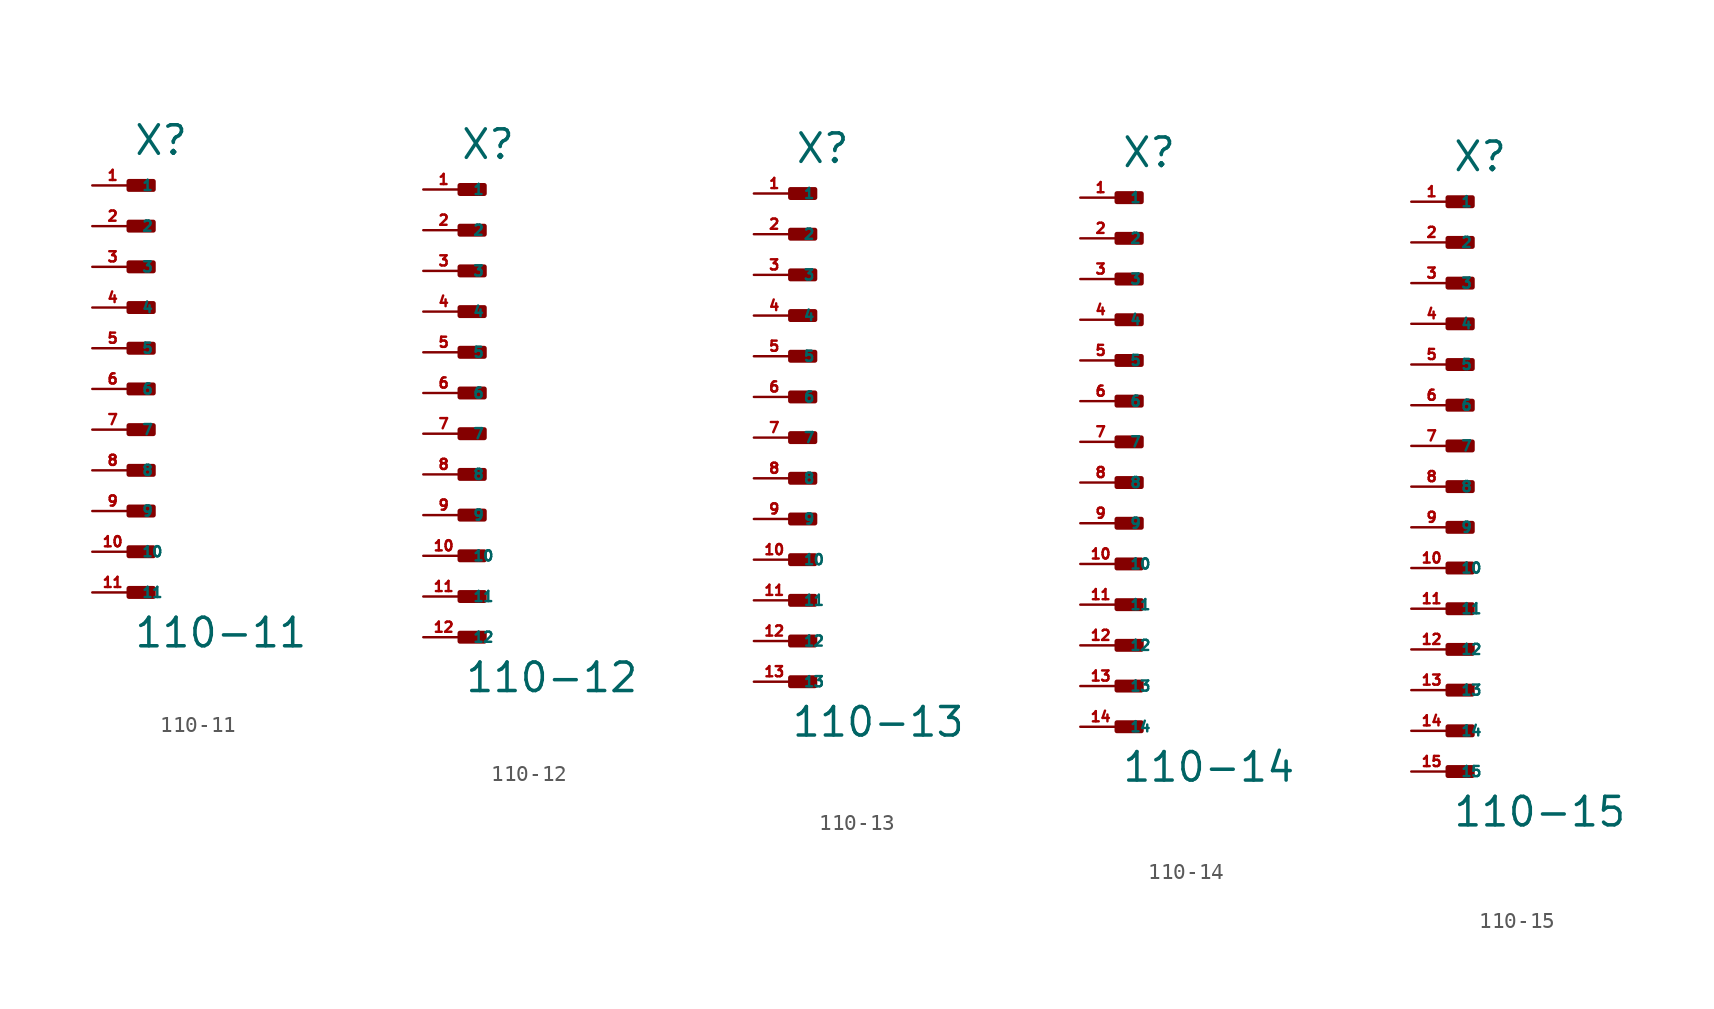
<source format=kicad_sym>
(kicad_symbol_lib
  (version 20220914)
  (generator Eagle2Kicad)
  (symbol "110-11"
    (property "Reference" "X"
      (at 0 14.478 0)
      (effects (font (size 1.778 1.778) (thickness 0.22)) (justify left bottom)))
    (property "Value" "110-11"
      (at 0 -16.256 0)
      (effects (font (size 1.778 1.778) (thickness 0.22)) (justify left bottom)))
    (rectangle
      (start -0.254 12.446)
      (end 1.27 12.954)
      (stroke (width 0.3) (type default))
      (fill (type outline)))
    (rectangle
      (start -0.254 9.906)
      (end 1.27 10.414)
      (stroke (width 0.3) (type default))
      (fill (type outline)))
    (rectangle
      (start -0.254 7.366)
      (end 1.27 7.874)
      (stroke (width 0.3) (type default))
      (fill (type outline)))
    (rectangle
      (start -0.254 4.826)
      (end 1.27 5.334)
      (stroke (width 0.3) (type default))
      (fill (type outline)))
    (rectangle
      (start -0.254 2.286)
      (end 1.27 2.794)
      (stroke (width 0.3) (type default))
      (fill (type outline)))
    (rectangle
      (start -0.254 -0.254)
      (end 1.27 0.254)
      (stroke (width 0.3) (type default))
      (fill (type outline)))
    (rectangle
      (start -0.254 -2.794)
      (end 1.27 -2.286)
      (stroke (width 0.3) (type default))
      (fill (type outline)))
    (rectangle
      (start -0.254 -5.334)
      (end 1.27 -4.826)
      (stroke (width 0.3) (type default))
      (fill (type outline)))
    (rectangle
      (start -0.254 -7.874)
      (end 1.27 -7.366)
      (stroke (width 0.3) (type default))
      (fill (type outline)))
    (rectangle
      (start -0.254 -10.414)
      (end 1.27 -9.906)
      (stroke (width 0.3) (type default))
      (fill (type outline)))
    (rectangle
      (start -0.254 -12.954)
      (end 1.27 -12.446)
      (stroke (width 0.3) (type default))
      (fill (type outline)))
    (pin passive line
      (at -2.54 12.7 0)
      (length 2.54)
      (name "1" (effects (font (size 0.635 0.635) (thickness 0.08)) (justify left bottom)))
      (number "1" (effects (font (size 0.635 0.635) (thickness 0.08)) (justify left bottom))))
    (pin passive line
      (at -2.54 10.16 0)
      (length 2.54)
      (name "2" (effects (font (size 0.635 0.635) (thickness 0.08)) (justify left bottom)))
      (number "2" (effects (font (size 0.635 0.635) (thickness 0.08)) (justify left bottom))))
    (pin passive line
      (at -2.54 7.62 0)
      (length 2.54)
      (name "3" (effects (font (size 0.635 0.635) (thickness 0.08)) (justify left bottom)))
      (number "3" (effects (font (size 0.635 0.635) (thickness 0.08)) (justify left bottom))))
    (pin passive line
      (at -2.54 5.08 0)
      (length 2.54)
      (name "4" (effects (font (size 0.635 0.635) (thickness 0.08)) (justify left bottom)))
      (number "4" (effects (font (size 0.635 0.635) (thickness 0.08)) (justify left bottom))))
    (pin passive line
      (at -2.54 2.54 0)
      (length 2.54)
      (name "5" (effects (font (size 0.635 0.635) (thickness 0.08)) (justify left bottom)))
      (number "5" (effects (font (size 0.635 0.635) (thickness 0.08)) (justify left bottom))))
    (pin passive line
      (at -2.54 0 0)
      (length 2.54)
      (name "6" (effects (font (size 0.635 0.635) (thickness 0.08)) (justify left bottom)))
      (number "6" (effects (font (size 0.635 0.635) (thickness 0.08)) (justify left bottom))))
    (pin passive line
      (at -2.54 -2.54 0)
      (length 2.54)
      (name "7" (effects (font (size 0.635 0.635) (thickness 0.08)) (justify left bottom)))
      (number "7" (effects (font (size 0.635 0.635) (thickness 0.08)) (justify left bottom))))
    (pin passive line
      (at -2.54 -5.08 0)
      (length 2.54)
      (name "8" (effects (font (size 0.635 0.635) (thickness 0.08)) (justify left bottom)))
      (number "8" (effects (font (size 0.635 0.635) (thickness 0.08)) (justify left bottom))))
    (pin passive line
      (at -2.54 -7.62 0)
      (length 2.54)
      (name "9" (effects (font (size 0.635 0.635) (thickness 0.08)) (justify left bottom)))
      (number "9" (effects (font (size 0.635 0.635) (thickness 0.08)) (justify left bottom))))
    (pin passive line
      (at -2.54 -10.16 0)
      (length 2.54)
      (name "10" (effects (font (size 0.635 0.635) (thickness 0.08)) (justify left bottom)))
      (number "10" (effects (font (size 0.635 0.635) (thickness 0.08)) (justify left bottom))))
    (pin passive line
      (at -2.54 -12.7 0)
      (length 2.54)
      (name "11" (effects (font (size 0.635 0.635) (thickness 0.08)) (justify left bottom)))
      (number "11" (effects (font (size 0.635 0.635) (thickness 0.08)) (justify left bottom)))))
  (symbol "110-12"
    (property "Reference" "X"
      (at -0.254 14.478 0)
      (effects (font (size 1.778 1.778) (thickness 0.22)) (justify left bottom)))
    (property "Value" "110-12"
      (at 0 -18.796 0)
      (effects (font (size 1.778 1.778) (thickness 0.22)) (justify left bottom)))
    (rectangle
      (start -0.254 12.446)
      (end 1.27 12.954)
      (stroke (width 0.3) (type default))
      (fill (type outline)))
    (rectangle
      (start -0.254 9.906)
      (end 1.27 10.414)
      (stroke (width 0.3) (type default))
      (fill (type outline)))
    (rectangle
      (start -0.254 7.366)
      (end 1.27 7.874)
      (stroke (width 0.3) (type default))
      (fill (type outline)))
    (rectangle
      (start -0.254 4.826)
      (end 1.27 5.334)
      (stroke (width 0.3) (type default))
      (fill (type outline)))
    (rectangle
      (start -0.254 2.286)
      (end 1.27 2.794)
      (stroke (width 0.3) (type default))
      (fill (type outline)))
    (rectangle
      (start -0.254 -0.254)
      (end 1.27 0.254)
      (stroke (width 0.3) (type default))
      (fill (type outline)))
    (rectangle
      (start -0.254 -2.794)
      (end 1.27 -2.286)
      (stroke (width 0.3) (type default))
      (fill (type outline)))
    (rectangle
      (start -0.254 -5.334)
      (end 1.27 -4.826)
      (stroke (width 0.3) (type default))
      (fill (type outline)))
    (rectangle
      (start -0.254 -7.874)
      (end 1.27 -7.366)
      (stroke (width 0.3) (type default))
      (fill (type outline)))
    (rectangle
      (start -0.254 -10.414)
      (end 1.27 -9.906)
      (stroke (width 0.3) (type default))
      (fill (type outline)))
    (rectangle
      (start -0.254 -12.954)
      (end 1.27 -12.446)
      (stroke (width 0.3) (type default))
      (fill (type outline)))
    (rectangle
      (start -0.254 -15.494)
      (end 1.27 -14.986)
      (stroke (width 0.3) (type default))
      (fill (type outline)))
    (pin passive line
      (at -2.54 12.7 0)
      (length 2.54)
      (name "1" (effects (font (size 0.635 0.635) (thickness 0.08)) (justify left bottom)))
      (number "1" (effects (font (size 0.635 0.635) (thickness 0.08)) (justify left bottom))))
    (pin passive line
      (at -2.54 10.16 0)
      (length 2.54)
      (name "2" (effects (font (size 0.635 0.635) (thickness 0.08)) (justify left bottom)))
      (number "2" (effects (font (size 0.635 0.635) (thickness 0.08)) (justify left bottom))))
    (pin passive line
      (at -2.54 7.62 0)
      (length 2.54)
      (name "3" (effects (font (size 0.635 0.635) (thickness 0.08)) (justify left bottom)))
      (number "3" (effects (font (size 0.635 0.635) (thickness 0.08)) (justify left bottom))))
    (pin passive line
      (at -2.54 5.08 0)
      (length 2.54)
      (name "4" (effects (font (size 0.635 0.635) (thickness 0.08)) (justify left bottom)))
      (number "4" (effects (font (size 0.635 0.635) (thickness 0.08)) (justify left bottom))))
    (pin passive line
      (at -2.54 2.54 0)
      (length 2.54)
      (name "5" (effects (font (size 0.635 0.635) (thickness 0.08)) (justify left bottom)))
      (number "5" (effects (font (size 0.635 0.635) (thickness 0.08)) (justify left bottom))))
    (pin passive line
      (at -2.54 0 0)
      (length 2.54)
      (name "6" (effects (font (size 0.635 0.635) (thickness 0.08)) (justify left bottom)))
      (number "6" (effects (font (size 0.635 0.635) (thickness 0.08)) (justify left bottom))))
    (pin passive line
      (at -2.54 -2.54 0)
      (length 2.54)
      (name "7" (effects (font (size 0.635 0.635) (thickness 0.08)) (justify left bottom)))
      (number "7" (effects (font (size 0.635 0.635) (thickness 0.08)) (justify left bottom))))
    (pin passive line
      (at -2.54 -5.08 0)
      (length 2.54)
      (name "8" (effects (font (size 0.635 0.635) (thickness 0.08)) (justify left bottom)))
      (number "8" (effects (font (size 0.635 0.635) (thickness 0.08)) (justify left bottom))))
    (pin passive line
      (at -2.54 -7.62 0)
      (length 2.54)
      (name "9" (effects (font (size 0.635 0.635) (thickness 0.08)) (justify left bottom)))
      (number "9" (effects (font (size 0.635 0.635) (thickness 0.08)) (justify left bottom))))
    (pin passive line
      (at -2.54 -10.16 0)
      (length 2.54)
      (name "10" (effects (font (size 0.635 0.635) (thickness 0.08)) (justify left bottom)))
      (number "10" (effects (font (size 0.635 0.635) (thickness 0.08)) (justify left bottom))))
    (pin passive line
      (at -2.54 -12.7 0)
      (length 2.54)
      (name "11" (effects (font (size 0.635 0.635) (thickness 0.08)) (justify left bottom)))
      (number "11" (effects (font (size 0.635 0.635) (thickness 0.08)) (justify left bottom))))
    (pin passive line
      (at -2.54 -15.24 0)
      (length 2.54)
      (name "12" (effects (font (size 0.635 0.635) (thickness 0.08)) (justify left bottom)))
      (number "12" (effects (font (size 0.635 0.635) (thickness 0.08)) (justify left bottom)))))
  (symbol "110-13"
    (property "Reference" "X"
      (at 0 17.018 0)
      (effects (font (size 1.778 1.778) (thickness 0.22)) (justify left bottom)))
    (property "Value" "110-13"
      (at -0.254 -18.796 0)
      (effects (font (size 1.778 1.778) (thickness 0.22)) (justify left bottom)))
    (rectangle
      (start -0.254 14.986)
      (end 1.27 15.494)
      (stroke (width 0.3) (type default))
      (fill (type outline)))
    (rectangle
      (start -0.254 12.446)
      (end 1.27 12.954)
      (stroke (width 0.3) (type default))
      (fill (type outline)))
    (rectangle
      (start -0.254 9.906)
      (end 1.27 10.414)
      (stroke (width 0.3) (type default))
      (fill (type outline)))
    (rectangle
      (start -0.254 7.366)
      (end 1.27 7.874)
      (stroke (width 0.3) (type default))
      (fill (type outline)))
    (rectangle
      (start -0.254 4.826)
      (end 1.27 5.334)
      (stroke (width 0.3) (type default))
      (fill (type outline)))
    (rectangle
      (start -0.254 2.286)
      (end 1.27 2.794)
      (stroke (width 0.3) (type default))
      (fill (type outline)))
    (rectangle
      (start -0.254 -0.254)
      (end 1.27 0.254)
      (stroke (width 0.3) (type default))
      (fill (type outline)))
    (rectangle
      (start -0.254 -2.794)
      (end 1.27 -2.286)
      (stroke (width 0.3) (type default))
      (fill (type outline)))
    (rectangle
      (start -0.254 -5.334)
      (end 1.27 -4.826)
      (stroke (width 0.3) (type default))
      (fill (type outline)))
    (rectangle
      (start -0.254 -7.874)
      (end 1.27 -7.366)
      (stroke (width 0.3) (type default))
      (fill (type outline)))
    (rectangle
      (start -0.254 -10.414)
      (end 1.27 -9.906)
      (stroke (width 0.3) (type default))
      (fill (type outline)))
    (rectangle
      (start -0.254 -12.954)
      (end 1.27 -12.446)
      (stroke (width 0.3) (type default))
      (fill (type outline)))
    (rectangle
      (start -0.254 -15.494)
      (end 1.27 -14.986)
      (stroke (width 0.3) (type default))
      (fill (type outline)))
    (pin passive line
      (at -2.54 15.24 0)
      (length 2.54)
      (name "1" (effects (font (size 0.635 0.635) (thickness 0.08)) (justify left bottom)))
      (number "1" (effects (font (size 0.635 0.635) (thickness 0.08)) (justify left bottom))))
    (pin passive line
      (at -2.54 12.7 0)
      (length 2.54)
      (name "2" (effects (font (size 0.635 0.635) (thickness 0.08)) (justify left bottom)))
      (number "2" (effects (font (size 0.635 0.635) (thickness 0.08)) (justify left bottom))))
    (pin passive line
      (at -2.54 10.16 0)
      (length 2.54)
      (name "3" (effects (font (size 0.635 0.635) (thickness 0.08)) (justify left bottom)))
      (number "3" (effects (font (size 0.635 0.635) (thickness 0.08)) (justify left bottom))))
    (pin passive line
      (at -2.54 7.62 0)
      (length 2.54)
      (name "4" (effects (font (size 0.635 0.635) (thickness 0.08)) (justify left bottom)))
      (number "4" (effects (font (size 0.635 0.635) (thickness 0.08)) (justify left bottom))))
    (pin passive line
      (at -2.54 5.08 0)
      (length 2.54)
      (name "5" (effects (font (size 0.635 0.635) (thickness 0.08)) (justify left bottom)))
      (number "5" (effects (font (size 0.635 0.635) (thickness 0.08)) (justify left bottom))))
    (pin passive line
      (at -2.54 2.54 0)
      (length 2.54)
      (name "6" (effects (font (size 0.635 0.635) (thickness 0.08)) (justify left bottom)))
      (number "6" (effects (font (size 0.635 0.635) (thickness 0.08)) (justify left bottom))))
    (pin passive line
      (at -2.54 0 0)
      (length 2.54)
      (name "7" (effects (font (size 0.635 0.635) (thickness 0.08)) (justify left bottom)))
      (number "7" (effects (font (size 0.635 0.635) (thickness 0.08)) (justify left bottom))))
    (pin passive line
      (at -2.54 -2.54 0)
      (length 2.54)
      (name "8" (effects (font (size 0.635 0.635) (thickness 0.08)) (justify left bottom)))
      (number "8" (effects (font (size 0.635 0.635) (thickness 0.08)) (justify left bottom))))
    (pin passive line
      (at -2.54 -5.08 0)
      (length 2.54)
      (name "9" (effects (font (size 0.635 0.635) (thickness 0.08)) (justify left bottom)))
      (number "9" (effects (font (size 0.635 0.635) (thickness 0.08)) (justify left bottom))))
    (pin passive line
      (at -2.54 -7.62 0)
      (length 2.54)
      (name "10" (effects (font (size 0.635 0.635) (thickness 0.08)) (justify left bottom)))
      (number "10" (effects (font (size 0.635 0.635) (thickness 0.08)) (justify left bottom))))
    (pin passive line
      (at -2.54 -10.16 0)
      (length 2.54)
      (name "11" (effects (font (size 0.635 0.635) (thickness 0.08)) (justify left bottom)))
      (number "11" (effects (font (size 0.635 0.635) (thickness 0.08)) (justify left bottom))))
    (pin passive line
      (at -2.54 -12.7 0)
      (length 2.54)
      (name "12" (effects (font (size 0.635 0.635) (thickness 0.08)) (justify left bottom)))
      (number "12" (effects (font (size 0.635 0.635) (thickness 0.08)) (justify left bottom))))
    (pin passive line
      (at -2.54 -15.24 0)
      (length 2.54)
      (name "13" (effects (font (size 0.635 0.635) (thickness 0.08)) (justify left bottom)))
      (number "13" (effects (font (size 0.635 0.635) (thickness 0.08)) (justify left bottom)))))
  (symbol "110-14"
    (property "Reference" "X"
      (at 0 17.018 0)
      (effects (font (size 1.778 1.778) (thickness 0.22)) (justify left bottom)))
    (property "Value" "110-14"
      (at 0 -21.336 0)
      (effects (font (size 1.778 1.778) (thickness 0.22)) (justify left bottom)))
    (rectangle
      (start -0.254 14.986)
      (end 1.27 15.494)
      (stroke (width 0.3) (type default))
      (fill (type outline)))
    (rectangle
      (start -0.254 12.446)
      (end 1.27 12.954)
      (stroke (width 0.3) (type default))
      (fill (type outline)))
    (rectangle
      (start -0.254 9.906)
      (end 1.27 10.414)
      (stroke (width 0.3) (type default))
      (fill (type outline)))
    (rectangle
      (start -0.254 7.366)
      (end 1.27 7.874)
      (stroke (width 0.3) (type default))
      (fill (type outline)))
    (rectangle
      (start -0.254 4.826)
      (end 1.27 5.334)
      (stroke (width 0.3) (type default))
      (fill (type outline)))
    (rectangle
      (start -0.254 2.286)
      (end 1.27 2.794)
      (stroke (width 0.3) (type default))
      (fill (type outline)))
    (rectangle
      (start -0.254 -0.254)
      (end 1.27 0.254)
      (stroke (width 0.3) (type default))
      (fill (type outline)))
    (rectangle
      (start -0.254 -2.794)
      (end 1.27 -2.286)
      (stroke (width 0.3) (type default))
      (fill (type outline)))
    (rectangle
      (start -0.254 -5.334)
      (end 1.27 -4.826)
      (stroke (width 0.3) (type default))
      (fill (type outline)))
    (rectangle
      (start -0.254 -7.874)
      (end 1.27 -7.366)
      (stroke (width 0.3) (type default))
      (fill (type outline)))
    (rectangle
      (start -0.254 -10.414)
      (end 1.27 -9.906)
      (stroke (width 0.3) (type default))
      (fill (type outline)))
    (rectangle
      (start -0.254 -12.954)
      (end 1.27 -12.446)
      (stroke (width 0.3) (type default))
      (fill (type outline)))
    (rectangle
      (start -0.254 -15.494)
      (end 1.27 -14.986)
      (stroke (width 0.3) (type default))
      (fill (type outline)))
    (rectangle
      (start -0.254 -18.034)
      (end 1.27 -17.526)
      (stroke (width 0.3) (type default))
      (fill (type outline)))
    (pin passive line
      (at -2.54 15.24 0)
      (length 2.54)
      (name "1" (effects (font (size 0.635 0.635) (thickness 0.08)) (justify left bottom)))
      (number "1" (effects (font (size 0.635 0.635) (thickness 0.08)) (justify left bottom))))
    (pin passive line
      (at -2.54 12.7 0)
      (length 2.54)
      (name "2" (effects (font (size 0.635 0.635) (thickness 0.08)) (justify left bottom)))
      (number "2" (effects (font (size 0.635 0.635) (thickness 0.08)) (justify left bottom))))
    (pin passive line
      (at -2.54 10.16 0)
      (length 2.54)
      (name "3" (effects (font (size 0.635 0.635) (thickness 0.08)) (justify left bottom)))
      (number "3" (effects (font (size 0.635 0.635) (thickness 0.08)) (justify left bottom))))
    (pin passive line
      (at -2.54 7.62 0)
      (length 2.54)
      (name "4" (effects (font (size 0.635 0.635) (thickness 0.08)) (justify left bottom)))
      (number "4" (effects (font (size 0.635 0.635) (thickness 0.08)) (justify left bottom))))
    (pin passive line
      (at -2.54 5.08 0)
      (length 2.54)
      (name "5" (effects (font (size 0.635 0.635) (thickness 0.08)) (justify left bottom)))
      (number "5" (effects (font (size 0.635 0.635) (thickness 0.08)) (justify left bottom))))
    (pin passive line
      (at -2.54 2.54 0)
      (length 2.54)
      (name "6" (effects (font (size 0.635 0.635) (thickness 0.08)) (justify left bottom)))
      (number "6" (effects (font (size 0.635 0.635) (thickness 0.08)) (justify left bottom))))
    (pin passive line
      (at -2.54 0 0)
      (length 2.54)
      (name "7" (effects (font (size 0.635 0.635) (thickness 0.08)) (justify left bottom)))
      (number "7" (effects (font (size 0.635 0.635) (thickness 0.08)) (justify left bottom))))
    (pin passive line
      (at -2.54 -2.54 0)
      (length 2.54)
      (name "8" (effects (font (size 0.635 0.635) (thickness 0.08)) (justify left bottom)))
      (number "8" (effects (font (size 0.635 0.635) (thickness 0.08)) (justify left bottom))))
    (pin passive line
      (at -2.54 -5.08 0)
      (length 2.54)
      (name "9" (effects (font (size 0.635 0.635) (thickness 0.08)) (justify left bottom)))
      (number "9" (effects (font (size 0.635 0.635) (thickness 0.08)) (justify left bottom))))
    (pin passive line
      (at -2.54 -7.62 0)
      (length 2.54)
      (name "10" (effects (font (size 0.635 0.635) (thickness 0.08)) (justify left bottom)))
      (number "10" (effects (font (size 0.635 0.635) (thickness 0.08)) (justify left bottom))))
    (pin passive line
      (at -2.54 -10.16 0)
      (length 2.54)
      (name "11" (effects (font (size 0.635 0.635) (thickness 0.08)) (justify left bottom)))
      (number "11" (effects (font (size 0.635 0.635) (thickness 0.08)) (justify left bottom))))
    (pin passive line
      (at -2.54 -12.7 0)
      (length 2.54)
      (name "12" (effects (font (size 0.635 0.635) (thickness 0.08)) (justify left bottom)))
      (number "12" (effects (font (size 0.635 0.635) (thickness 0.08)) (justify left bottom))))
    (pin passive line
      (at -2.54 -15.24 0)
      (length 2.54)
      (name "13" (effects (font (size 0.635 0.635) (thickness 0.08)) (justify left bottom)))
      (number "13" (effects (font (size 0.635 0.635) (thickness 0.08)) (justify left bottom))))
    (pin passive line
      (at -2.54 -17.78 0)
      (length 2.54)
      (name "14" (effects (font (size 0.635 0.635) (thickness 0.08)) (justify left bottom)))
      (number "14" (effects (font (size 0.635 0.635) (thickness 0.08)) (justify left bottom)))))
  (symbol "110-15"
    (property "Reference" "X"
      (at 0 19.558 0)
      (effects (font (size 1.778 1.778) (thickness 0.22)) (justify left bottom)))
    (property "Value" "110-15"
      (at 0 -21.336 0)
      (effects (font (size 1.778 1.778) (thickness 0.22)) (justify left bottom)))
    (rectangle
      (start -0.254 17.526)
      (end 1.27 18.034)
      (stroke (width 0.3) (type default))
      (fill (type outline)))
    (rectangle
      (start -0.254 14.986)
      (end 1.27 15.494)
      (stroke (width 0.3) (type default))
      (fill (type outline)))
    (rectangle
      (start -0.254 12.446)
      (end 1.27 12.954)
      (stroke (width 0.3) (type default))
      (fill (type outline)))
    (rectangle
      (start -0.254 9.906)
      (end 1.27 10.414)
      (stroke (width 0.3) (type default))
      (fill (type outline)))
    (rectangle
      (start -0.254 7.366)
      (end 1.27 7.874)
      (stroke (width 0.3) (type default))
      (fill (type outline)))
    (rectangle
      (start -0.254 4.826)
      (end 1.27 5.334)
      (stroke (width 0.3) (type default))
      (fill (type outline)))
    (rectangle
      (start -0.254 2.286)
      (end 1.27 2.794)
      (stroke (width 0.3) (type default))
      (fill (type outline)))
    (rectangle
      (start -0.254 -0.254)
      (end 1.27 0.254)
      (stroke (width 0.3) (type default))
      (fill (type outline)))
    (rectangle
      (start -0.254 -2.794)
      (end 1.27 -2.286)
      (stroke (width 0.3) (type default))
      (fill (type outline)))
    (rectangle
      (start -0.254 -5.334)
      (end 1.27 -4.826)
      (stroke (width 0.3) (type default))
      (fill (type outline)))
    (rectangle
      (start -0.254 -7.874)
      (end 1.27 -7.366)
      (stroke (width 0.3) (type default))
      (fill (type outline)))
    (rectangle
      (start -0.254 -10.414)
      (end 1.27 -9.906)
      (stroke (width 0.3) (type default))
      (fill (type outline)))
    (rectangle
      (start -0.254 -12.954)
      (end 1.27 -12.446)
      (stroke (width 0.3) (type default))
      (fill (type outline)))
    (rectangle
      (start -0.254 -15.494)
      (end 1.27 -14.986)
      (stroke (width 0.3) (type default))
      (fill (type outline)))
    (rectangle
      (start -0.254 -18.034)
      (end 1.27 -17.526)
      (stroke (width 0.3) (type default))
      (fill (type outline)))
    (pin passive line
      (at -2.54 17.78 0)
      (length 2.54)
      (name "1" (effects (font (size 0.635 0.635) (thickness 0.08)) (justify left bottom)))
      (number "1" (effects (font (size 0.635 0.635) (thickness 0.08)) (justify left bottom))))
    (pin passive line
      (at -2.54 15.24 0)
      (length 2.54)
      (name "2" (effects (font (size 0.635 0.635) (thickness 0.08)) (justify left bottom)))
      (number "2" (effects (font (size 0.635 0.635) (thickness 0.08)) (justify left bottom))))
    (pin passive line
      (at -2.54 12.7 0)
      (length 2.54)
      (name "3" (effects (font (size 0.635 0.635) (thickness 0.08)) (justify left bottom)))
      (number "3" (effects (font (size 0.635 0.635) (thickness 0.08)) (justify left bottom))))
    (pin passive line
      (at -2.54 10.16 0)
      (length 2.54)
      (name "4" (effects (font (size 0.635 0.635) (thickness 0.08)) (justify left bottom)))
      (number "4" (effects (font (size 0.635 0.635) (thickness 0.08)) (justify left bottom))))
    (pin passive line
      (at -2.54 7.62 0)
      (length 2.54)
      (name "5" (effects (font (size 0.635 0.635) (thickness 0.08)) (justify left bottom)))
      (number "5" (effects (font (size 0.635 0.635) (thickness 0.08)) (justify left bottom))))
    (pin passive line
      (at -2.54 5.08 0)
      (length 2.54)
      (name "6" (effects (font (size 0.635 0.635) (thickness 0.08)) (justify left bottom)))
      (number "6" (effects (font (size 0.635 0.635) (thickness 0.08)) (justify left bottom))))
    (pin passive line
      (at -2.54 2.54 0)
      (length 2.54)
      (name "7" (effects (font (size 0.635 0.635) (thickness 0.08)) (justify left bottom)))
      (number "7" (effects (font (size 0.635 0.635) (thickness 0.08)) (justify left bottom))))
    (pin passive line
      (at -2.54 0 0)
      (length 2.54)
      (name "8" (effects (font (size 0.635 0.635) (thickness 0.08)) (justify left bottom)))
      (number "8" (effects (font (size 0.635 0.635) (thickness 0.08)) (justify left bottom))))
    (pin passive line
      (at -2.54 -2.54 0)
      (length 2.54)
      (name "9" (effects (font (size 0.635 0.635) (thickness 0.08)) (justify left bottom)))
      (number "9" (effects (font (size 0.635 0.635) (thickness 0.08)) (justify left bottom))))
    (pin passive line
      (at -2.54 -5.08 0)
      (length 2.54)
      (name "10" (effects (font (size 0.635 0.635) (thickness 0.08)) (justify left bottom)))
      (number "10" (effects (font (size 0.635 0.635) (thickness 0.08)) (justify left bottom))))
    (pin passive line
      (at -2.54 -7.62 0)
      (length 2.54)
      (name "11" (effects (font (size 0.635 0.635) (thickness 0.08)) (justify left bottom)))
      (number "11" (effects (font (size 0.635 0.635) (thickness 0.08)) (justify left bottom))))
    (pin passive line
      (at -2.54 -10.16 0)
      (length 2.54)
      (name "12" (effects (font (size 0.635 0.635) (thickness 0.08)) (justify left bottom)))
      (number "12" (effects (font (size 0.635 0.635) (thickness 0.08)) (justify left bottom))))
    (pin passive line
      (at -2.54 -12.7 0)
      (length 2.54)
      (name "13" (effects (font (size 0.635 0.635) (thickness 0.08)) (justify left bottom)))
      (number "13" (effects (font (size 0.635 0.635) (thickness 0.08)) (justify left bottom))))
    (pin passive line
      (at -2.54 -15.24 0)
      (length 2.54)
      (name "14" (effects (font (size 0.635 0.635) (thickness 0.08)) (justify left bottom)))
      (number "14" (effects (font (size 0.635 0.635) (thickness 0.08)) (justify left bottom))))
    (pin passive line
      (at -2.54 -17.78 0)
      (length 2.54)
      (name "15" (effects (font (size 0.635 0.635) (thickness 0.08)) (justify left bottom)))
      (number "15" (effects (font (size 0.635 0.635) (thickness 0.08)) (justify left bottom))))))
</source>
